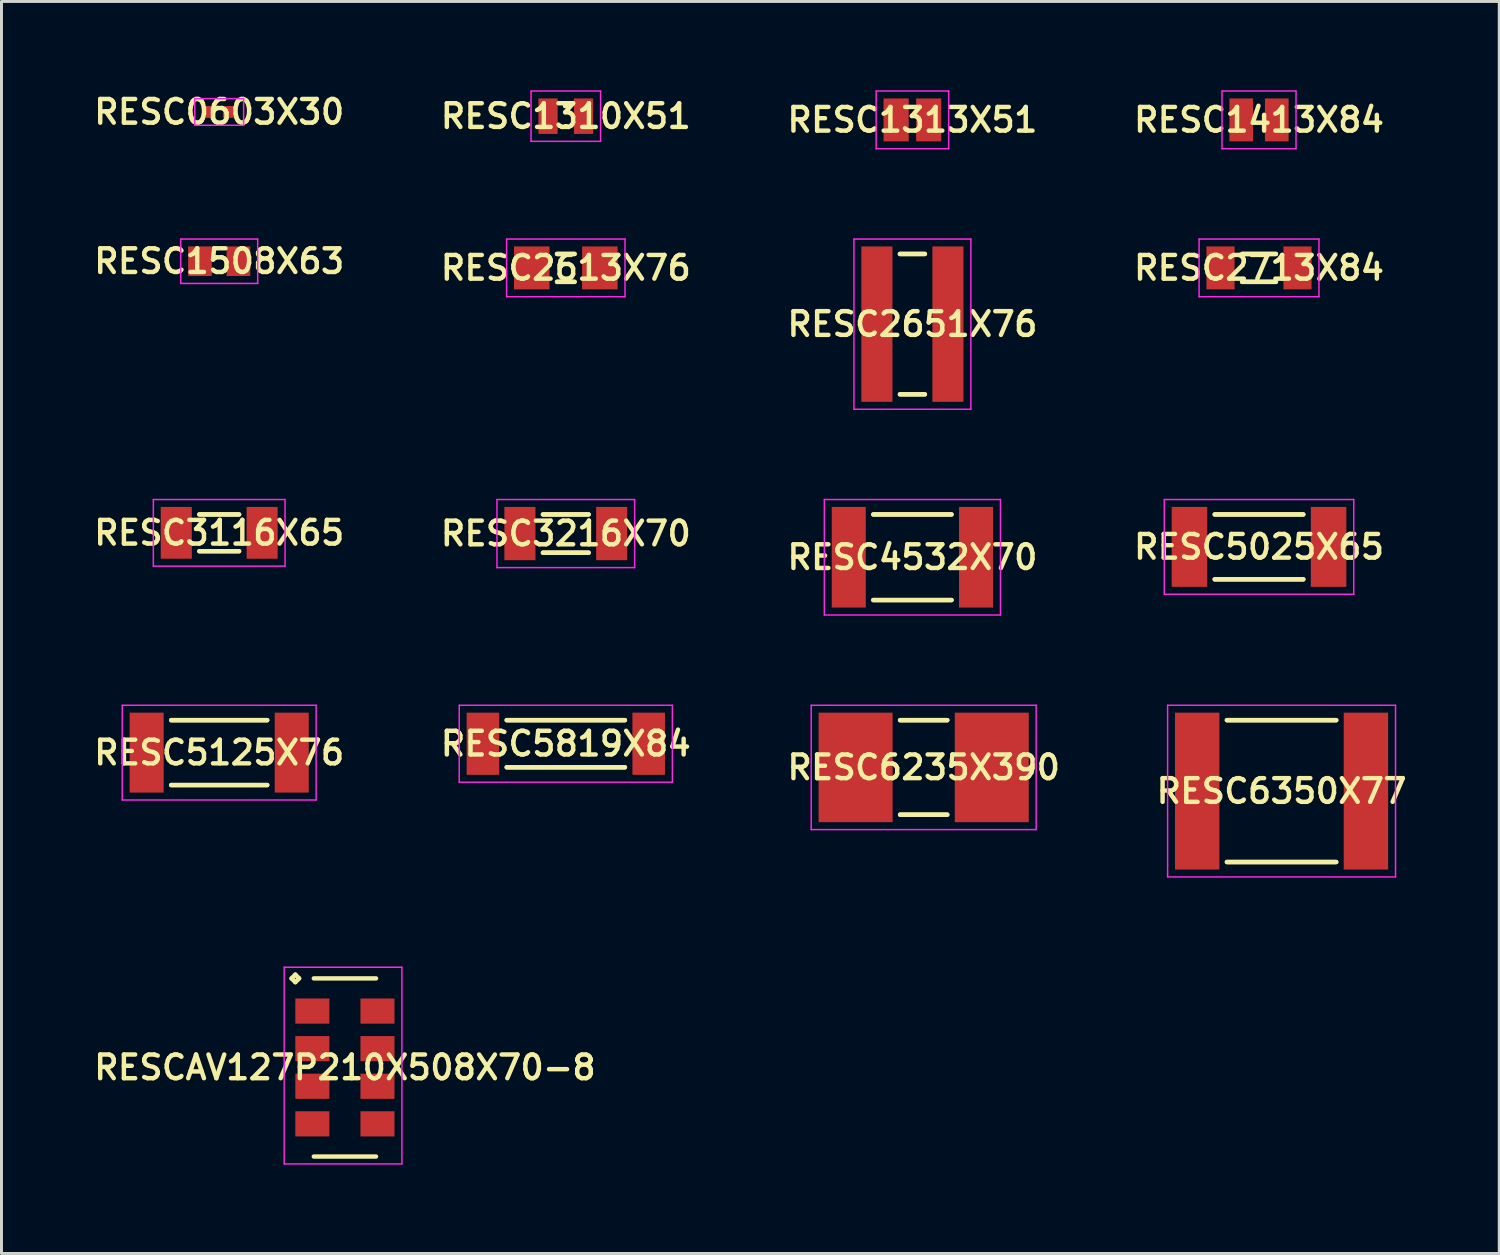
<source format=kicad_pcb>
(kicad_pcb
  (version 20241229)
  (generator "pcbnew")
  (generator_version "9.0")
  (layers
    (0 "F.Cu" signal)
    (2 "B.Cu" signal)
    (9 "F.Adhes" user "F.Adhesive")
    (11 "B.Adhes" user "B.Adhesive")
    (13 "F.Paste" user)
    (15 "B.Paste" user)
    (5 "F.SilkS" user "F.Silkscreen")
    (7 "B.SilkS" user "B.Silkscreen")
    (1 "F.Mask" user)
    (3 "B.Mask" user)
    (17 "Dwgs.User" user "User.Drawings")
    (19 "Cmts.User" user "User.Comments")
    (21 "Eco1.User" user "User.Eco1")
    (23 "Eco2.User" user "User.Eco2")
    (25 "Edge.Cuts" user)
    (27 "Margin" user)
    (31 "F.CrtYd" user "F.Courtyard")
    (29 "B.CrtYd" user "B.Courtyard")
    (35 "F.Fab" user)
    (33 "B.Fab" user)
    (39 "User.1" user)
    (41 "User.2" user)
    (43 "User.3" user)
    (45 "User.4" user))
  (footprint "RESC5025X65"
    (layer "F.Cu")
    (at 39.482 15.425)
    (property "Reference" "RESC5025X65" (at 0 0 0) (layer "F.SilkS") (effects (font (size 0.8 0.8) (thickness 0.15))))
    (attr smd)
    (fp_line (start -1.496 -1.096) (end 1.496 -1.096) (stroke (width 0.15) (type solid)) (layer "F.SilkS"))
    (fp_line (start -1.496 1.096) (end 1.496 1.096) (stroke (width 0.15) (type solid)) (layer "F.SilkS"))
    (fp_line (start 1.496 -1.096) (end -1.496 -1.096) (stroke (width 0.15) (type solid)) (layer "F.SilkS"))
    (fp_line (start 1.496 1.096) (end -1.496 1.096) (stroke (width 0.15) (type solid)) (layer "F.SilkS"))
    (fp_line (start -3.2 -1.6) (end 3.2 -1.6) (stroke (width 0.05) (type solid)) (layer "F.CrtYd"))
    (fp_line (start -3.2 1.6) (end -3.2 -1.6) (stroke (width 0.05) (type solid)) (layer "F.CrtYd"))
    (fp_line (start 3.2 -1.6) (end 3.2 1.6) (stroke (width 0.05) (type solid)) (layer "F.CrtYd"))
    (fp_line (start 3.2 1.6) (end -3.2 1.6) (stroke (width 0.05) (type solid)) (layer "F.CrtYd"))
    (pad "1" smd rect (at -2.35 0) (size 1.2 2.7) (layers "F.Cu" "F.Mask" "F.Paste"))
    (pad "2" smd rect (at 2.35 0) (size 1.2 2.7) (layers "F.Cu" "F.Mask" "F.Paste")))
  (footprint "RESC2651X76"
    (layer "F.Cu")
    (at 27.773 7.9)
    (property "Reference" "RESC2651X76" (at 0 0 0) (layer "F.SilkS") (effects (font (size 0.8 0.8) (thickness 0.15))))
    (attr smd)
    (fp_line (start -0.421 -2.371) (end 0.421 -2.371) (stroke (width 0.15) (type solid)) (layer "F.SilkS"))
    (fp_line (start -0.421 2.371) (end 0.421 2.371) (stroke (width 0.15) (type solid)) (layer "F.SilkS"))
    (fp_line (start 0.421 -2.371) (end -0.421 -2.371) (stroke (width 0.15) (type solid)) (layer "F.SilkS"))
    (fp_line (start 0.421 2.371) (end -0.421 2.371) (stroke (width 0.15) (type solid)) (layer "F.SilkS"))
    (fp_line (start -1.975 -2.875) (end 1.975 -2.875) (stroke (width 0.05) (type solid)) (layer "F.CrtYd"))
    (fp_line (start -1.975 2.875) (end -1.975 -2.875) (stroke (width 0.05) (type solid)) (layer "F.CrtYd"))
    (fp_line (start 1.975 -2.875) (end 1.975 2.875) (stroke (width 0.05) (type solid)) (layer "F.CrtYd"))
    (fp_line (start 1.975 2.875) (end -1.975 2.875) (stroke (width 0.05) (type solid)) (layer "F.CrtYd"))
    (pad "1" smd rect (at -1.2 0) (size 1.05 5.25) (layers "F.Cu" "F.Mask" "F.Paste"))
    (pad "2" smd rect (at 1.2 0) (size 1.05 5.25) (layers "F.Cu" "F.Mask" "F.Paste")))
  (footprint "RESC3116X65"
    (layer "F.Cu")
    (at 4.355 14.95)
    (property "Reference" "RESC3116X65" (at 0 0 0) (layer "F.SilkS") (effects (font (size 0.8 0.8) (thickness 0.15))))
    (attr smd)
    (fp_line (start -0.671 -0.621) (end 0.671 -0.621) (stroke (width 0.15) (type solid)) (layer "F.SilkS"))
    (fp_line (start -0.671 0.621) (end 0.671 0.621) (stroke (width 0.15) (type solid)) (layer "F.SilkS"))
    (fp_line (start 0.671 -0.621) (end -0.671 -0.621) (stroke (width 0.15) (type solid)) (layer "F.SilkS"))
    (fp_line (start 0.671 0.621) (end -0.671 0.621) (stroke (width 0.15) (type solid)) (layer "F.SilkS"))
    (fp_line (start -2.225 -1.125) (end 2.225 -1.125) (stroke (width 0.05) (type solid)) (layer "F.CrtYd"))
    (fp_line (start -2.225 1.125) (end -2.225 -1.125) (stroke (width 0.05) (type solid)) (layer "F.CrtYd"))
    (fp_line (start 2.225 -1.125) (end 2.225 1.125) (stroke (width 0.05) (type solid)) (layer "F.CrtYd"))
    (fp_line (start 2.225 1.125) (end -2.225 1.125) (stroke (width 0.05) (type solid)) (layer "F.CrtYd"))
    (pad "1" smd rect (at -1.45 0) (size 1.05 1.75) (layers "F.Cu" "F.Mask" "F.Paste"))
    (pad "2" smd rect (at 1.45 0) (size 1.05 1.75) (layers "F.Cu" "F.Mask" "F.Paste")))
  (footprint "RESCAV127P210X508X70-8"
    (layer "F.Cu")
    (at 8.602 33.011)
    (property "Reference" "RESCAV127P210X508X70-8" (at 0 0 0) (layer "F.SilkS") (effects (font (size 0.8 0.8) (thickness 0.15))))
    (attr smd)
    (fp_line (start -1.802 -3.009) (end -1.675 -3.136) (stroke (width 0.15) (type solid)) (layer "F.SilkS"))
    (fp_line (start -1.675 -3.136) (end -1.548 -3.009) (stroke (width 0.15) (type solid)) (layer "F.SilkS"))
    (fp_line (start -1.675 -2.882) (end -1.802 -3.009) (stroke (width 0.15) (type solid)) (layer "F.SilkS"))
    (fp_line (start -1.548 -3.009) (end -1.675 -2.882) (stroke (width 0.15) (type solid)) (layer "F.SilkS"))
    (fp_line (start -1.05 -3.009) (end 1.05 -3.009) (stroke (width 0.15) (type solid)) (layer "F.SilkS"))
    (fp_line (start -1.05 3.009) (end 1.05 3.009) (stroke (width 0.15) (type solid)) (layer "F.SilkS"))
    (fp_line (start -2.052 -3.386) (end 1.925 -3.386) (stroke (width 0.05) (type solid)) (layer "F.CrtYd"))
    (fp_line (start -2.052 3.259) (end -2.052 -3.386) (stroke (width 0.05) (type solid)) (layer "F.CrtYd"))
    (fp_line (start 1.925 -3.386) (end 1.925 3.259) (stroke (width 0.05) (type solid)) (layer "F.CrtYd"))
    (fp_line (start 1.925 3.259) (end -2.052 3.259) (stroke (width 0.05) (type solid)) (layer "F.CrtYd"))
    (pad "1" smd rect (at -1.1 -1.905) (size 1.15 0.85) (layers "F.Cu" "F.Mask" "F.Paste"))
    (pad "2" smd rect (at -1.1 -0.635) (size 1.15 0.85) (layers "F.Cu" "F.Mask" "F.Paste"))
    (pad "3" smd rect (at -1.1 0.635) (size 1.15 0.85) (layers "F.Cu" "F.Mask" "F.Paste"))
    (pad "4" smd rect (at -1.1 1.905) (size 1.15 0.85) (layers "F.Cu" "F.Mask" "F.Paste"))
    (pad "5" smd rect (at 1.1 1.905) (size 1.15 0.85) (layers "F.Cu" "F.Mask" "F.Paste"))
    (pad "6" smd rect (at 1.1 0.635) (size 1.15 0.85) (layers "F.Cu" "F.Mask" "F.Paste"))
    (pad "7" smd rect (at 1.1 -0.635) (size 1.15 0.85) (layers "F.Cu" "F.Mask" "F.Paste"))
    (pad "8" smd rect (at 1.1 -1.905) (size 1.15 0.85) (layers "F.Cu" "F.Mask" "F.Paste")))
  (footprint "RESC1413X84"
    (layer "F.Cu")
    (at 39.482 1)
    (property "Reference" "RESC1413X84" (at 0 0 0) (layer "F.SilkS") (effects (font (size 0.8 0.8) (thickness 0.15))))
    (attr smd)
    (fp_line (start -1.25 -0.975) (end 1.25 -0.975) (stroke (width 0.05) (type solid)) (layer "F.CrtYd"))
    (fp_line (start -1.25 0.975) (end -1.25 -0.975) (stroke (width 0.05) (type solid)) (layer "F.CrtYd"))
    (fp_line (start 1.25 -0.975) (end 1.25 0.975) (stroke (width 0.05) (type solid)) (layer "F.CrtYd"))
    (fp_line (start 1.25 0.975) (end -1.25 0.975) (stroke (width 0.05) (type solid)) (layer "F.CrtYd"))
    (pad "1" smd rect (at -0.6 0) (size 0.8 1.45) (layers "F.Cu" "F.Mask" "F.Paste"))
    (pad "2" smd rect (at 0.6 0) (size 0.8 1.45) (layers "F.Cu" "F.Mask" "F.Paste")))
  (footprint "RESC1313X51"
    (layer "F.Cu")
    (at 27.773 1)
    (property "Reference" "RESC1313X51" (at 0 0 0) (layer "F.SilkS") (effects (font (size 0.8 0.8) (thickness 0.15))))
    (attr smd)
    (fp_line (start -1.225 -0.975) (end 1.225 -0.975) (stroke (width 0.05) (type solid)) (layer "F.CrtYd"))
    (fp_line (start -1.225 0.975) (end -1.225 -0.975) (stroke (width 0.05) (type solid)) (layer "F.CrtYd"))
    (fp_line (start 1.225 -0.975) (end 1.225 0.975) (stroke (width 0.05) (type solid)) (layer "F.CrtYd"))
    (fp_line (start 1.225 0.975) (end -1.225 0.975) (stroke (width 0.05) (type solid)) (layer "F.CrtYd"))
    (pad "1" smd rect (at -0.55 0) (size 0.85 1.45) (layers "F.Cu" "F.Mask" "F.Paste"))
    (pad "2" smd rect (at 0.55 0) (size 0.85 1.45) (layers "F.Cu" "F.Mask" "F.Paste")))
  (footprint "RESC6235X390"
    (layer "F.Cu")
    (at 28.154 22.875)
    (property "Reference" "RESC6235X390" (at 0 0 0) (layer "F.SilkS") (effects (font (size 0.8 0.8) (thickness 0.15))))
    (attr smd)
    (fp_line (start -0.796 -1.596) (end 0.796 -1.596) (stroke (width 0.15) (type solid)) (layer "F.SilkS"))
    (fp_line (start -0.796 1.596) (end 0.796 1.596) (stroke (width 0.15) (type solid)) (layer "F.SilkS"))
    (fp_line (start 0.796 -1.596) (end -0.796 -1.596) (stroke (width 0.15) (type solid)) (layer "F.SilkS"))
    (fp_line (start 0.796 1.596) (end -0.796 1.596) (stroke (width 0.15) (type solid)) (layer "F.SilkS"))
    (fp_line (start -3.8 -2.1) (end 3.8 -2.1) (stroke (width 0.05) (type solid)) (layer "F.CrtYd"))
    (fp_line (start -3.8 2.1) (end -3.8 -2.1) (stroke (width 0.05) (type solid)) (layer "F.CrtYd"))
    (fp_line (start 3.8 -2.1) (end 3.8 2.1) (stroke (width 0.05) (type solid)) (layer "F.CrtYd"))
    (fp_line (start 3.8 2.1) (end -3.8 2.1) (stroke (width 0.05) (type solid)) (layer "F.CrtYd"))
    (pad "1" smd rect (at -2.3 0) (size 2.5 3.7) (layers "F.Cu" "F.Mask" "F.Paste"))
    (pad "2" smd rect (at 2.3 0) (size 2.5 3.7) (layers "F.Cu" "F.Mask" "F.Paste")))
  (footprint "RESC6350X77"
    (layer "F.Cu")
    (at 40.244 23.675)
    (property "Reference" "RESC6350X77" (at 0 0 0) (layer "F.SilkS") (effects (font (size 0.8 0.8) (thickness 0.15))))
    (attr smd)
    (fp_line (start -1.846 -2.396) (end 1.846 -2.396) (stroke (width 0.15) (type solid)) (layer "F.SilkS"))
    (fp_line (start -1.846 2.396) (end 1.846 2.396) (stroke (width 0.15) (type solid)) (layer "F.SilkS"))
    (fp_line (start 1.846 -2.396) (end -1.846 -2.396) (stroke (width 0.15) (type solid)) (layer "F.SilkS"))
    (fp_line (start 1.846 2.396) (end -1.846 2.396) (stroke (width 0.15) (type solid)) (layer "F.SilkS"))
    (fp_line (start -3.85 -2.9) (end 3.85 -2.9) (stroke (width 0.05) (type solid)) (layer "F.CrtYd"))
    (fp_line (start -3.85 2.9) (end -3.85 -2.9) (stroke (width 0.05) (type solid)) (layer "F.CrtYd"))
    (fp_line (start 3.85 -2.9) (end 3.85 2.9) (stroke (width 0.05) (type solid)) (layer "F.CrtYd"))
    (fp_line (start 3.85 2.9) (end -3.85 2.9) (stroke (width 0.05) (type solid)) (layer "F.CrtYd"))
    (pad "1" smd rect (at -2.85 0) (size 1.5 5.3) (layers "F.Cu" "F.Mask" "F.Paste"))
    (pad "2" smd rect (at 2.85 0) (size 1.5 5.3) (layers "F.Cu" "F.Mask" "F.Paste")))
  (footprint "RESC5819X84"
    (layer "F.Cu")
    (at 16.064 22.075)
    (property "Reference" "RESC5819X84" (at 0 0 0) (layer "F.SilkS") (effects (font (size 0.8 0.8) (thickness 0.15))))
    (attr smd)
    (fp_line (start -1.996 -0.796) (end 1.996 -0.796) (stroke (width 0.15) (type solid)) (layer "F.SilkS"))
    (fp_line (start -1.996 0.796) (end 1.996 0.796) (stroke (width 0.15) (type solid)) (layer "F.SilkS"))
    (fp_line (start 1.996 -0.796) (end -1.996 -0.796) (stroke (width 0.15) (type solid)) (layer "F.SilkS"))
    (fp_line (start 1.996 0.796) (end -1.996 0.796) (stroke (width 0.15) (type solid)) (layer "F.SilkS"))
    (fp_line (start -3.6 -1.3) (end 3.6 -1.3) (stroke (width 0.05) (type solid)) (layer "F.CrtYd"))
    (fp_line (start -3.6 1.3) (end -3.6 -1.3) (stroke (width 0.05) (type solid)) (layer "F.CrtYd"))
    (fp_line (start 3.6 -1.3) (end 3.6 1.3) (stroke (width 0.05) (type solid)) (layer "F.CrtYd"))
    (fp_line (start 3.6 1.3) (end -3.6 1.3) (stroke (width 0.05) (type solid)) (layer "F.CrtYd"))
    (pad "1" smd rect (at -2.8 0) (size 1.1 2.1) (layers "F.Cu" "F.Mask" "F.Paste"))
    (pad "2" smd rect (at 2.8 0) (size 1.1 2.1) (layers "F.Cu" "F.Mask" "F.Paste")))
  (footprint "RESC1310X51"
    (layer "F.Cu")
    (at 16.064 0.875)
    (property "Reference" "RESC1310X51" (at 0 0 0) (layer "F.SilkS") (effects (font (size 0.8 0.8) (thickness 0.15))))
    (attr smd)
    (fp_line (start -0.021 -0.346) (end 0.021 -0.346) (stroke (width 0.15) (type solid)) (layer "F.SilkS"))
    (fp_line (start -0.021 0.346) (end 0.021 0.346) (stroke (width 0.15) (type solid)) (layer "F.SilkS"))
    (fp_line (start 0.021 -0.346) (end -0.021 -0.346) (stroke (width 0.15) (type solid)) (layer "F.SilkS"))
    (fp_line (start 0.021 0.346) (end -0.021 0.346) (stroke (width 0.15) (type solid)) (layer "F.SilkS"))
    (fp_line (start -1.175 -0.85) (end 1.175 -0.85) (stroke (width 0.05) (type solid)) (layer "F.CrtYd"))
    (fp_line (start -1.175 0.85) (end -1.175 -0.85) (stroke (width 0.05) (type solid)) (layer "F.CrtYd"))
    (fp_line (start 1.175 -0.85) (end 1.175 0.85) (stroke (width 0.05) (type solid)) (layer "F.CrtYd"))
    (fp_line (start 1.175 0.85) (end -1.175 0.85) (stroke (width 0.05) (type solid)) (layer "F.CrtYd"))
    (pad "1" smd rect (at -0.6 0) (size 0.65 1.2) (layers "F.Cu" "F.Mask" "F.Paste"))
    (pad "2" smd rect (at 0.6 0) (size 0.65 1.2) (layers "F.Cu" "F.Mask" "F.Paste")))
  (footprint "RESC2713X84"
    (layer "F.Cu")
    (at 39.482 6)
    (property "Reference" "RESC2713X84" (at 0 0 0) (layer "F.SilkS") (effects (font (size 0.8 0.8) (thickness 0.15))))
    (attr smd)
    (fp_line (start -0.571 -0.471) (end 0.571 -0.471) (stroke (width 0.15) (type solid)) (layer "F.SilkS"))
    (fp_line (start -0.571 0.471) (end 0.571 0.471) (stroke (width 0.15) (type solid)) (layer "F.SilkS"))
    (fp_line (start 0.571 -0.471) (end -0.571 -0.471) (stroke (width 0.15) (type solid)) (layer "F.SilkS"))
    (fp_line (start 0.571 0.471) (end -0.571 0.471) (stroke (width 0.15) (type solid)) (layer "F.SilkS"))
    (fp_line (start -2.025 -0.975) (end 2.025 -0.975) (stroke (width 0.05) (type solid)) (layer "F.CrtYd"))
    (fp_line (start -2.025 0.975) (end -2.025 -0.975) (stroke (width 0.05) (type solid)) (layer "F.CrtYd"))
    (fp_line (start 2.025 -0.975) (end 2.025 0.975) (stroke (width 0.05) (type solid)) (layer "F.CrtYd"))
    (fp_line (start 2.025 0.975) (end -2.025 0.975) (stroke (width 0.05) (type solid)) (layer "F.CrtYd"))
    (pad "1" smd rect (at -1.3 0) (size 0.95 1.45) (layers "F.Cu" "F.Mask" "F.Paste"))
    (pad "2" smd rect (at 1.3 0) (size 0.95 1.45) (layers "F.Cu" "F.Mask" "F.Paste")))
  (footprint "RESC1508X63"
    (layer "F.Cu")
    (at 4.355 5.775)
    (property "Reference" "RESC1508X63" (at 0 0 0) (layer "F.SilkS") (effects (font (size 0.8 0.8) (thickness 0.15))))
    (attr smd)
    (fp_line (start -1.3 -0.75) (end 1.3 -0.75) (stroke (width 0.05) (type solid)) (layer "F.CrtYd"))
    (fp_line (start -1.3 0.75) (end -1.3 -0.75) (stroke (width 0.05) (type solid)) (layer "F.CrtYd"))
    (fp_line (start 1.3 -0.75) (end 1.3 0.75) (stroke (width 0.05) (type solid)) (layer "F.CrtYd"))
    (fp_line (start 1.3 0.75) (end -1.3 0.75) (stroke (width 0.05) (type solid)) (layer "F.CrtYd"))
    (pad "1" smd rect (at -0.65 0) (size 0.8 1) (layers "F.Cu" "F.Mask" "F.Paste"))
    (pad "2" smd rect (at 0.65 0) (size 0.8 1) (layers "F.Cu" "F.Mask" "F.Paste")))
  (footprint "RESC3216X70"
    (layer "F.Cu")
    (at 16.064 14.975)
    (property "Reference" "RESC3216X70" (at 0 0 0) (layer "F.SilkS") (effects (font (size 0.8 0.8) (thickness 0.15))))
    (attr smd)
    (fp_line (start -0.771 -0.646) (end 0.771 -0.646) (stroke (width 0.15) (type solid)) (layer "F.SilkS"))
    (fp_line (start -0.771 0.646) (end 0.771 0.646) (stroke (width 0.15) (type solid)) (layer "F.SilkS"))
    (fp_line (start 0.771 -0.646) (end -0.771 -0.646) (stroke (width 0.15) (type solid)) (layer "F.SilkS"))
    (fp_line (start 0.771 0.646) (end -0.771 0.646) (stroke (width 0.15) (type solid)) (layer "F.SilkS"))
    (fp_line (start -2.325 -1.15) (end 2.325 -1.15) (stroke (width 0.05) (type solid)) (layer "F.CrtYd"))
    (fp_line (start -2.325 1.15) (end -2.325 -1.15) (stroke (width 0.05) (type solid)) (layer "F.CrtYd"))
    (fp_line (start 2.325 -1.15) (end 2.325 1.15) (stroke (width 0.05) (type solid)) (layer "F.CrtYd"))
    (fp_line (start 2.325 1.15) (end -2.325 1.15) (stroke (width 0.05) (type solid)) (layer "F.CrtYd"))
    (pad "1" smd rect (at -1.55 0) (size 1.05 1.8) (layers "F.Cu" "F.Mask" "F.Paste"))
    (pad "2" smd rect (at 1.55 0) (size 1.05 1.8) (layers "F.Cu" "F.Mask" "F.Paste")))
  (footprint "RESC5125X76"
    (layer "F.Cu")
    (at 4.355 22.375)
    (property "Reference" "RESC5125X76" (at 0 0 0) (layer "F.SilkS") (effects (font (size 0.8 0.8) (thickness 0.15))))
    (attr smd)
    (fp_line (start -1.621 -1.096) (end 1.621 -1.096) (stroke (width 0.15) (type solid)) (layer "F.SilkS"))
    (fp_line (start -1.621 1.096) (end 1.621 1.096) (stroke (width 0.15) (type solid)) (layer "F.SilkS"))
    (fp_line (start 1.621 -1.096) (end -1.621 -1.096) (stroke (width 0.15) (type solid)) (layer "F.SilkS"))
    (fp_line (start 1.621 1.096) (end -1.621 1.096) (stroke (width 0.15) (type solid)) (layer "F.SilkS"))
    (fp_line (start -3.275 -1.6) (end 3.275 -1.6) (stroke (width 0.05) (type solid)) (layer "F.CrtYd"))
    (fp_line (start -3.275 1.6) (end -3.275 -1.6) (stroke (width 0.05) (type solid)) (layer "F.CrtYd"))
    (fp_line (start 3.275 -1.6) (end 3.275 1.6) (stroke (width 0.05) (type solid)) (layer "F.CrtYd"))
    (fp_line (start 3.275 1.6) (end -3.275 1.6) (stroke (width 0.05) (type solid)) (layer "F.CrtYd"))
    (pad "1" smd rect (at -2.45 0) (size 1.15 2.7) (layers "F.Cu" "F.Mask" "F.Paste"))
    (pad "2" smd rect (at 2.45 0) (size 1.15 2.7) (layers "F.Cu" "F.Mask" "F.Paste")))
  (footprint "RESC0603X30"
    (layer "F.Cu")
    (at 4.355 0.731)
    (property "Reference" "RESC0603X30" (at 0 0 0) (layer "F.SilkS") (effects (font (size 0.8 0.8) (thickness 0.15))))
    (attr smd)
    (fp_line (start -0.825 -0.45) (end 0.825 -0.45) (stroke (width 0.05) (type solid)) (layer "F.CrtYd"))
    (fp_line (start -0.825 0.45) (end -0.825 -0.45) (stroke (width 0.05) (type solid)) (layer "F.CrtYd"))
    (fp_line (start 0.825 -0.45) (end 0.825 0.45) (stroke (width 0.05) (type solid)) (layer "F.CrtYd"))
    (fp_line (start 0.825 0.45) (end -0.825 0.45) (stroke (width 0.05) (type solid)) (layer "F.CrtYd"))
    (pad "1" smd rect (at -0.35 0) (size 0.45 0.4) (layers "F.Cu" "F.Mask" "F.Paste"))
    (pad "2" smd rect (at 0.35 0) (size 0.45 0.4) (layers "F.Cu" "F.Mask" "F.Paste")))
  (footprint "RESC4532X70"
    (layer "F.Cu")
    (at 27.773 15.775)
    (property "Reference" "RESC4532X70" (at 0 0 0) (layer "F.SilkS") (effects (font (size 0.8 0.8) (thickness 0.15))))
    (attr smd)
    (fp_line (start -1.321 -1.446) (end 1.321 -1.446) (stroke (width 0.15) (type solid)) (layer "F.SilkS"))
    (fp_line (start -1.321 1.446) (end 1.321 1.446) (stroke (width 0.15) (type solid)) (layer "F.SilkS"))
    (fp_line (start 1.321 -1.446) (end -1.321 -1.446) (stroke (width 0.15) (type solid)) (layer "F.SilkS"))
    (fp_line (start 1.321 1.446) (end -1.321 1.446) (stroke (width 0.15) (type solid)) (layer "F.SilkS"))
    (fp_line (start -2.975 -1.95) (end 2.975 -1.95) (stroke (width 0.05) (type solid)) (layer "F.CrtYd"))
    (fp_line (start -2.975 1.95) (end -2.975 -1.95) (stroke (width 0.05) (type solid)) (layer "F.CrtYd"))
    (fp_line (start 2.975 -1.95) (end 2.975 1.95) (stroke (width 0.05) (type solid)) (layer "F.CrtYd"))
    (fp_line (start 2.975 1.95) (end -2.975 1.95) (stroke (width 0.05) (type solid)) (layer "F.CrtYd"))
    (pad "1" smd rect (at -2.15 0) (size 1.15 3.4) (layers "F.Cu" "F.Mask" "F.Paste"))
    (pad "2" smd rect (at 2.15 0) (size 1.15 3.4) (layers "F.Cu" "F.Mask" "F.Paste")))
  (footprint "RESC2613X76"
    (layer "F.Cu")
    (at 16.064 6)
    (property "Reference" "RESC2613X76" (at 0 0 0) (layer "F.SilkS") (effects (font (size 0.8 0.8) (thickness 0.15))))
    (attr smd)
    (fp_line (start -0.296 -0.471) (end 0.296 -0.471) (stroke (width 0.15) (type solid)) (layer "F.SilkS"))
    (fp_line (start -0.296 0.471) (end 0.296 0.471) (stroke (width 0.15) (type solid)) (layer "F.SilkS"))
    (fp_line (start 0.296 -0.471) (end -0.296 -0.471) (stroke (width 0.15) (type solid)) (layer "F.SilkS"))
    (fp_line (start 0.296 0.471) (end -0.296 0.471) (stroke (width 0.15) (type solid)) (layer "F.SilkS"))
    (fp_line (start -2 -0.975) (end 2 -0.975) (stroke (width 0.05) (type solid)) (layer "F.CrtYd"))
    (fp_line (start -2 0.975) (end -2 -0.975) (stroke (width 0.05) (type solid)) (layer "F.CrtYd"))
    (fp_line (start 2 -0.975) (end 2 0.975) (stroke (width 0.05) (type solid)) (layer "F.CrtYd"))
    (fp_line (start 2 0.975) (end -2 0.975) (stroke (width 0.05) (type solid)) (layer "F.CrtYd"))
    (pad "1" smd rect (at -1.15 0) (size 1.2 1.45) (layers "F.Cu" "F.Mask" "F.Paste"))
    (pad "2" smd rect (at 1.15 0) (size 1.2 1.45) (layers "F.Cu" "F.Mask" "F.Paste")))
  (gr_rect
    (start -3 -3)
    (end 47.598 39.295)
    (stroke (width 0.1) (type default))
    (fill no)
    (layer "Edge.Cuts")))
</source>
